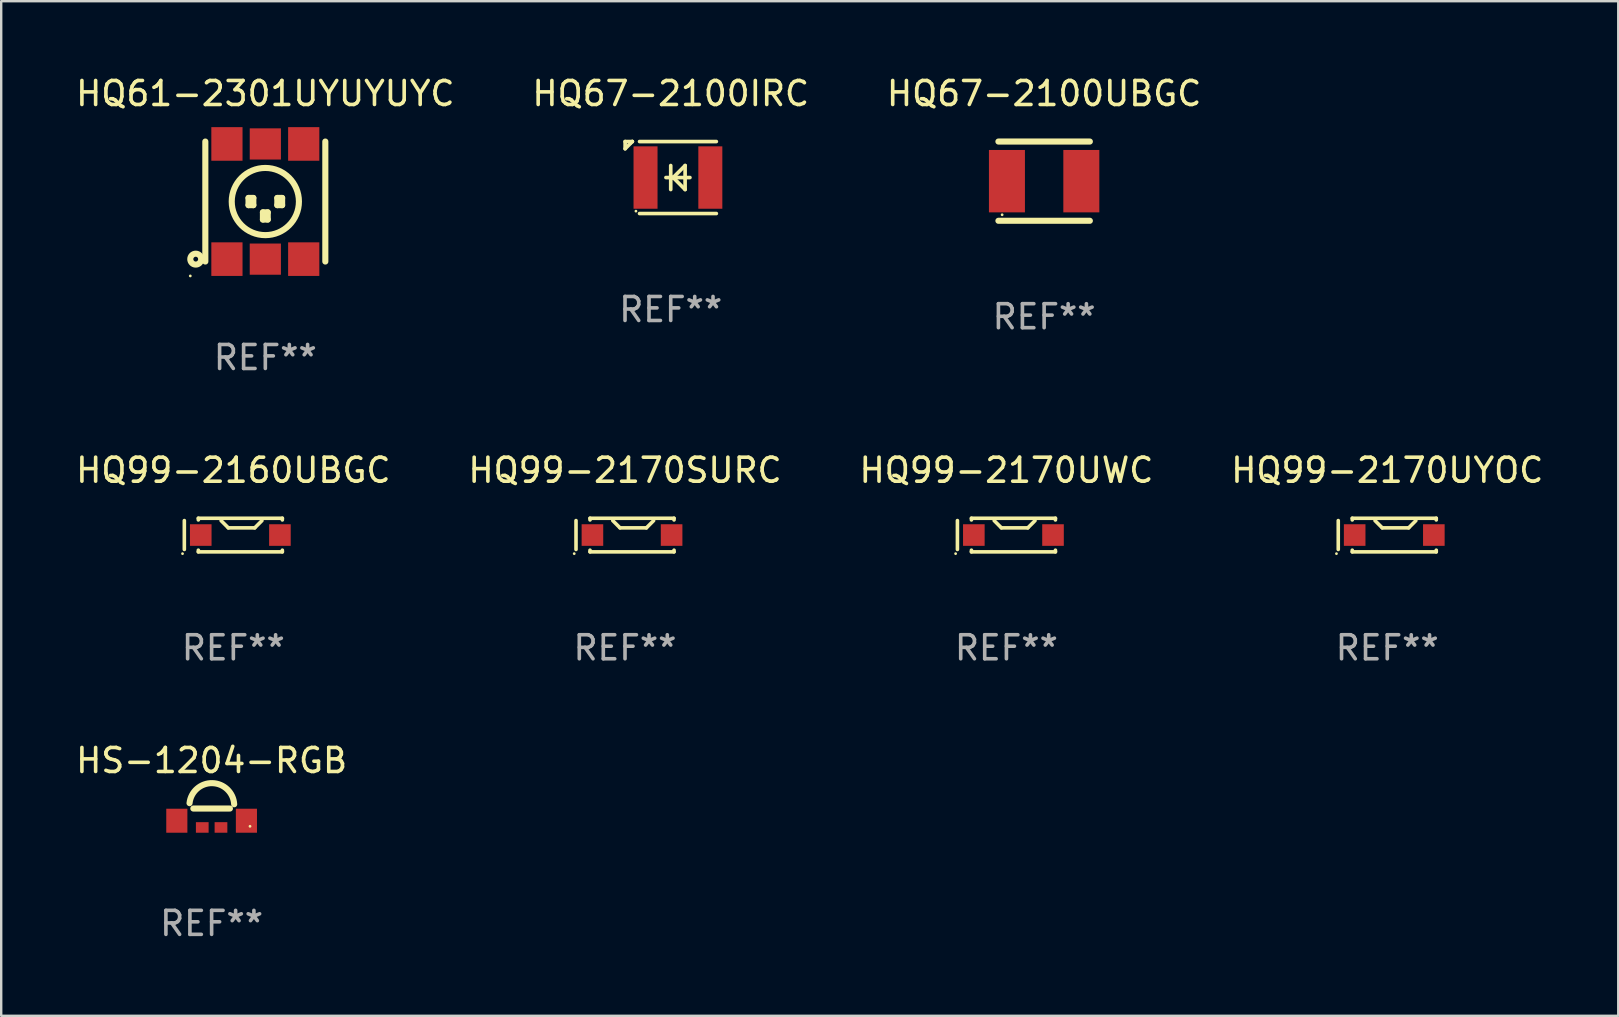
<source format=kicad_pcb>
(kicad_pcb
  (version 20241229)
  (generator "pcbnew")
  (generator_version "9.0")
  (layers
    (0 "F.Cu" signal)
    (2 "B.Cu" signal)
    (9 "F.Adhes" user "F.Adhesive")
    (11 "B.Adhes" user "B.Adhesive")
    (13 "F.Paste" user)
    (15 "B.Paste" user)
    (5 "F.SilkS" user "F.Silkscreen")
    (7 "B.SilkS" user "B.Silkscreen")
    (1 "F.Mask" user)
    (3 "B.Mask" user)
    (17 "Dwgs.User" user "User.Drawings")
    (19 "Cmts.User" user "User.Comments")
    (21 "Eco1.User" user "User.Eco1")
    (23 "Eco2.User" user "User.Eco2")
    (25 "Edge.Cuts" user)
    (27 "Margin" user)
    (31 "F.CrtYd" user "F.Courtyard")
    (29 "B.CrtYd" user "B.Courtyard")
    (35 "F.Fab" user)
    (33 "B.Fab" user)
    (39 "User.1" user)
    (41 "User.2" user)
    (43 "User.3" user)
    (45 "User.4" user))
  (footprint "HQ67-2100IRC"
    (layer "F.Cu")
    (at 24.899 4.348)
    (property "Reference" "HQ67-2100IRC" (at 0 -3.5 0) (layer "F.SilkS") (effects (font (size 1 1) (thickness 0.15))))
    (attr through_hole)
    (fp_line (start -1.9 -1.5) (end -1.9 -1.2) (stroke (width 0.152) (type solid)) (layer "F.SilkS"))
    (fp_line (start -1.689 -1.411) (end -1.9 -1.2) (stroke (width 0.152) (type solid)) (layer "F.SilkS"))
    (fp_line (start -1.6 -1.5) (end -1.661 -1.439) (stroke (width 0.152) (type solid)) (layer "F.SilkS"))
    (fp_line (start -1.6 -1.5) (end -1.9 -1.5) (stroke (width 0.152) (type solid)) (layer "F.SilkS"))
    (fp_line (start -1.6 -1.5) (end -1.6 -1.5) (stroke (width 0.152) (type solid)) (layer "F.SilkS"))
    (fp_line (start -1.3 -1.5) (end 1.9 -1.5) (stroke (width 0.152) (type solid)) (layer "F.SilkS"))
    (fp_line (start -1.3 1.5) (end 1.9 1.5) (stroke (width 0.152) (type solid)) (layer "F.SilkS"))
    (fp_line (start -0.2 0) (end 0.062 0) (stroke (width 0.152) (type solid)) (layer "F.SilkS"))
    (fp_line (start 0 -0.5) (end 0 0.5) (stroke (width 0.152) (type solid)) (layer "F.SilkS"))
    (fp_line (start 0.062 0) (end 0.1 0) (stroke (width 0.152) (type solid)) (layer "F.SilkS"))
    (fp_line (start 0.1 0) (end 0.6 -0.5) (stroke (width 0.152) (type solid)) (layer "F.SilkS"))
    (fp_line (start 0.101 0) (end 0.065 0) (stroke (width 0.152) (type solid)) (layer "F.SilkS"))
    (fp_line (start 0.599 -0.5) (end 0.599 0.5) (stroke (width 0.152) (type solid)) (layer "F.SilkS"))
    (fp_line (start 0.599 0) (end 0.1 0) (stroke (width 0.152) (type solid)) (layer "F.SilkS"))
    (fp_line (start 0.599 0.5) (end 0.101 0) (stroke (width 0.152) (type solid)) (layer "F.SilkS"))
    (fp_line (start 0.8 0) (end 0.599 0) (stroke (width 0.152) (type solid)) (layer "F.SilkS"))
    (fp_circle (center -1.45 1.4) (end -1.42 1.4) (stroke (width 0.06) (type solid)) (fill no) (layer "F.SilkS"))
    (fp_text user "REF**" (at 0 5.5 0) (layer "F.Fab") (effects (font (size 1 1) (thickness 0.15))))
    (pad "1" smd rect (at -1.05 0) (size 1 2.6) (layers "F.Cu" "F.Mask" "F.Paste"))
    (pad "2" smd rect (at 1.65 0) (size 1 2.6) (layers "F.Cu" "F.Mask" "F.Paste")))
  (footprint "HQ67-2100UBGC"
    (layer "F.Cu")
    (at 40.458 4.499)
    (property "Reference" "HQ67-2100UBGC" (at 0 -3.651 0) (layer "F.SilkS") (effects (font (size 1 1) (thickness 0.15))))
    (attr through_hole)
    (fp_line (start -1.905 -1.651) (end 1.905 -1.651) (stroke (width 0.254) (type solid)) (layer "F.SilkS"))
    (fp_line (start -1.905 1.651) (end 1.905 1.651) (stroke (width 0.254) (type solid)) (layer "F.SilkS"))
    (fp_circle (center -1.75 1.4) (end -1.72 1.4) (stroke (width 0.06) (type solid)) (fill no) (layer "F.SilkS"))
    (fp_text user "REF**" (at 0 5.651 0) (layer "F.Fab") (effects (font (size 1 1) (thickness 0.15))))
    (pad "1" smd rect (at -1.55 0) (size 1.5 2.6) (layers "F.Cu" "F.Mask" "F.Paste"))
    (pad "2" smd rect (at 1.55 0) (size 1.5 2.6) (layers "F.Cu" "F.Mask" "F.Paste")))
  (footprint "HQ99-2160UBGC"
    (layer "F.Cu")
    (at 6.673 19.245)
    (property "Reference" "HQ99-2160UBGC" (at 0 -2.7 0) (layer "F.SilkS") (effects (font (size 1 1) (thickness 0.15))))
    (attr through_hole)
    (fp_line (start -2.042 -0.603) (end -2.042 0.6) (stroke (width 0.15) (type solid)) (layer "F.SilkS"))
    (fp_line (start -1.458 -0.7) (end -1.458 -0.63) (stroke (width 0.15) (type solid)) (layer "F.SilkS"))
    (fp_line (start -1.458 0.63) (end -1.458 0.7) (stroke (width 0.15) (type solid)) (layer "F.SilkS"))
    (fp_line (start -0.209 -0.3) (end -0.509 -0.6) (stroke (width 0.15) (type solid)) (layer "F.SilkS"))
    (fp_line (start 0.891 -0.3) (end -0.209 -0.3) (stroke (width 0.15) (type solid)) (layer "F.SilkS"))
    (fp_line (start 1.191 -0.6) (end 0.891 -0.3) (stroke (width 0.15) (type solid)) (layer "F.SilkS"))
    (fp_line (start 2.042 -0.7) (end -1.458 -0.7) (stroke (width 0.15) (type solid)) (layer "F.SilkS"))
    (fp_line (start 2.042 -0.7) (end 2.042 -0.63) (stroke (width 0.15) (type solid)) (layer "F.SilkS"))
    (fp_line (start 2.042 0.63) (end 2.042 0.7) (stroke (width 0.15) (type solid)) (layer "F.SilkS"))
    (fp_line (start 2.042 0.7) (end -1.458 0.7) (stroke (width 0.15) (type solid)) (layer "F.SilkS"))
    (fp_circle (center -2.117 0.775) (end -2.087 0.775) (stroke (width 0.06) (type solid)) (fill no) (layer "F.SilkS"))
    (fp_text user "REF**" (at 0 4.7 0) (layer "F.Fab") (effects (font (size 1 1) (thickness 0.15))))
    (pad "1" smd rect (at -1.358 0) (size 0.9 0.9) (layers "F.Cu" "F.Mask" "F.Paste"))
    (pad "2" smd rect (at 1.941 0) (size 0.9 0.9) (layers "F.Cu" "F.Mask" "F.Paste")))
  (footprint "HQ61-2301UYUYUYC"
    (layer "F.Cu")
    (at 8.006 5.348)
    (property "Reference" "HQ61-2301UYUYUYC" (at 0 -4.5 0) (layer "F.SilkS") (effects (font (size 1 1) (thickness 0.15))))
    (attr through_hole)
    (fp_line (start -2.5 -2.5) (end -2.5 2.5) (stroke (width 0.254) (type solid)) (layer "F.SilkS"))
    (fp_line (start -0.7 -0.15) (end -0.7 0.15) (stroke (width 0.254) (type solid)) (layer "F.SilkS"))
    (fp_line (start -0.7 0.15) (end -0.5 0.15) (stroke (width 0.254) (type solid)) (layer "F.SilkS"))
    (fp_line (start -0.5 -0.15) (end -0.7 -0.15) (stroke (width 0.254) (type solid)) (layer "F.SilkS"))
    (fp_line (start -0.5 0.15) (end -0.5 -0.15) (stroke (width 0.254) (type solid)) (layer "F.SilkS"))
    (fp_line (start -0.1 0.45) (end -0.1 0.75) (stroke (width 0.254) (type solid)) (layer "F.SilkS"))
    (fp_line (start -0.1 0.75) (end 0.1 0.75) (stroke (width 0.254) (type solid)) (layer "F.SilkS"))
    (fp_line (start 0.1 0.45) (end -0.1 0.45) (stroke (width 0.254) (type solid)) (layer "F.SilkS"))
    (fp_line (start 0.1 0.75) (end 0.1 0.45) (stroke (width 0.254) (type solid)) (layer "F.SilkS"))
    (fp_line (start 0.5 -0.15) (end 0.5 0.15) (stroke (width 0.254) (type solid)) (layer "F.SilkS"))
    (fp_line (start 0.5 0.15) (end 0.7 0.15) (stroke (width 0.254) (type solid)) (layer "F.SilkS"))
    (fp_line (start 0.7 -0.15) (end 0.5 -0.15) (stroke (width 0.254) (type solid)) (layer "F.SilkS"))
    (fp_line (start 0.7 0.15) (end 0.7 -0.15) (stroke (width 0.254) (type solid)) (layer "F.SilkS"))
    (fp_line (start 2.5 -2.5) (end 2.5 2.5) (stroke (width 0.254) (type solid)) (layer "F.SilkS"))
    (fp_circle (center -3.127 3.1) (end -3.097 3.1) (stroke (width 0.06) (type solid)) (fill no) (layer "F.SilkS"))
    (fp_circle (center -2.9 2.4) (end -2.8 2.4) (stroke (width 0.254) (type solid)) (fill no) (layer "F.SilkS"))
    (fp_circle (center 0.000013 0) (end 1.4 0) (stroke (width 0.254) (type solid)) (fill no) (layer "F.SilkS"))
    (fp_text user "REF**" (at 0 6.5 0) (layer "F.Fab") (effects (font (size 1 1) (thickness 0.15))))
    (pad "1" smd rect (at -1.6 2.4 90) (size 1.4 1.3) (layers "F.Cu" "F.Mask" "F.Paste"))
    (pad "2" smd rect (at -1.6 -2.4 90) (size 1.4 1.3) (layers "F.Cu" "F.Mask" "F.Paste"))
    (pad "3" smd rect (at 0.000013 2.4 90) (size 1.3 1.3) (layers "F.Cu" "F.Mask" "F.Paste"))
    (pad "4" smd rect (at 0.000013 -2.4 90) (size 1.3 1.3) (layers "F.Cu" "F.Mask" "F.Paste"))
    (pad "5" smd rect (at 1.6 2.4 90) (size 1.4 1.3) (layers "F.Cu" "F.Mask" "F.Paste"))
    (pad "6" smd rect (at 1.6 -2.4 90) (size 1.4 1.3) (layers "F.Cu" "F.Mask" "F.Paste")))
  (footprint "HQ99-2170SURC"
    (layer "F.Cu")
    (at 22.994 19.245)
    (property "Reference" "HQ99-2170SURC" (at 0 -2.7 0) (layer "F.SilkS") (effects (font (size 1 1) (thickness 0.15))))
    (attr through_hole)
    (fp_line (start -2.042 -0.603) (end -2.042 0.6) (stroke (width 0.15) (type solid)) (layer "F.SilkS"))
    (fp_line (start -1.458 -0.7) (end -1.458 -0.63) (stroke (width 0.15) (type solid)) (layer "F.SilkS"))
    (fp_line (start -1.458 0.63) (end -1.458 0.7) (stroke (width 0.15) (type solid)) (layer "F.SilkS"))
    (fp_line (start -0.209 -0.3) (end -0.509 -0.6) (stroke (width 0.15) (type solid)) (layer "F.SilkS"))
    (fp_line (start 0.891 -0.3) (end -0.209 -0.3) (stroke (width 0.15) (type solid)) (layer "F.SilkS"))
    (fp_line (start 1.191 -0.6) (end 0.891 -0.3) (stroke (width 0.15) (type solid)) (layer "F.SilkS"))
    (fp_line (start 2.042 -0.7) (end -1.458 -0.7) (stroke (width 0.15) (type solid)) (layer "F.SilkS"))
    (fp_line (start 2.042 -0.7) (end 2.042 -0.63) (stroke (width 0.15) (type solid)) (layer "F.SilkS"))
    (fp_line (start 2.042 0.63) (end 2.042 0.7) (stroke (width 0.15) (type solid)) (layer "F.SilkS"))
    (fp_line (start 2.042 0.7) (end -1.458 0.7) (stroke (width 0.15) (type solid)) (layer "F.SilkS"))
    (fp_circle (center -2.117 0.775) (end -2.087 0.775) (stroke (width 0.06) (type solid)) (fill no) (layer "F.SilkS"))
    (fp_text user "REF**" (at 0 4.7 0) (layer "F.Fab") (effects (font (size 1 1) (thickness 0.15))))
    (pad "1" smd rect (at -1.358 0) (size 0.9 0.9) (layers "F.Cu" "F.Mask" "F.Paste"))
    (pad "2" smd rect (at 1.941 0) (size 0.9 0.9) (layers "F.Cu" "F.Mask" "F.Paste")))
  (footprint "HQ99-2170UYOC"
    (layer "F.Cu")
    (at 54.756 19.245)
    (property "Reference" "HQ99-2170UYOC" (at 0 -2.7 0) (layer "F.SilkS") (effects (font (size 1 1) (thickness 0.15))))
    (attr through_hole)
    (fp_line (start -2.042 -0.603) (end -2.042 0.6) (stroke (width 0.15) (type solid)) (layer "F.SilkS"))
    (fp_line (start -1.458 -0.7) (end -1.458 -0.63) (stroke (width 0.15) (type solid)) (layer "F.SilkS"))
    (fp_line (start -1.458 0.63) (end -1.458 0.7) (stroke (width 0.15) (type solid)) (layer "F.SilkS"))
    (fp_line (start -0.209 -0.3) (end -0.509 -0.6) (stroke (width 0.15) (type solid)) (layer "F.SilkS"))
    (fp_line (start 0.891 -0.3) (end -0.209 -0.3) (stroke (width 0.15) (type solid)) (layer "F.SilkS"))
    (fp_line (start 1.191 -0.6) (end 0.891 -0.3) (stroke (width 0.15) (type solid)) (layer "F.SilkS"))
    (fp_line (start 2.042 -0.7) (end -1.458 -0.7) (stroke (width 0.15) (type solid)) (layer "F.SilkS"))
    (fp_line (start 2.042 -0.7) (end 2.042 -0.63) (stroke (width 0.15) (type solid)) (layer "F.SilkS"))
    (fp_line (start 2.042 0.63) (end 2.042 0.7) (stroke (width 0.15) (type solid)) (layer "F.SilkS"))
    (fp_line (start 2.042 0.7) (end -1.458 0.7) (stroke (width 0.15) (type solid)) (layer "F.SilkS"))
    (fp_circle (center -2.117 0.775) (end -2.087 0.775) (stroke (width 0.06) (type solid)) (fill no) (layer "F.SilkS"))
    (fp_text user "REF**" (at 0 4.7 0) (layer "F.Fab") (effects (font (size 1 1) (thickness 0.15))))
    (pad "1" smd rect (at -1.358 0) (size 0.9 0.9) (layers "F.Cu" "F.Mask" "F.Paste"))
    (pad "2" smd rect (at 1.941 0) (size 0.9 0.9) (layers "F.Cu" "F.Mask" "F.Paste")))
  (footprint "HS-1204-RGB"
    (layer "F.Cu")
    (at 5.768 31.035)
    (property "Reference" "HS-1204-RGB" (at 0 -2.394 0) (layer "F.SilkS") (effects (font (size 1 1) (thickness 0.15))))
    (attr through_hole)
    (fp_line (start -0.762 -0.394) (end 0.762 -0.394) (stroke (width 0.254) (type solid)) (layer "F.SilkS"))
    (fp_arc (start -0.920143 -0.618823) (mid 0.031531 -1.452738) (end 0.940005 -0.571958) (stroke (width 0.254001) (type solid)) (layer "F.SilkS"))
    (fp_circle (center 1.6 0.346) (end 1.63 0.346) (stroke (width 0.06) (type solid)) (fill no) (layer "F.SilkS"))
    (fp_text user "REF**" (at 0 4.394 0) (layer "F.Fab") (effects (font (size 1 1) (thickness 0.15))))
    (pad "1" smd rect (at 0.39 0.394) (size 0.53 0.44) (layers "F.Cu" "F.Mask" "F.Paste"))
    (pad "2" smd rect (at -0.39 0.394) (size 0.53 0.44) (layers "F.Cu" "F.Mask" "F.Paste"))
    (pad "3" smd rect (at 1.45 0.114 180) (size 0.88 1) (layers "F.Cu" "F.Mask" "F.Paste"))
    (pad "4" smd rect (at -1.45 0.114 180) (size 0.88 1) (layers "F.Cu" "F.Mask" "F.Paste")))
  (footprint "HQ99-2170UWC"
    (layer "F.Cu")
    (at 38.887 19.245)
    (property "Reference" "HQ99-2170UWC" (at 0 -2.7 0) (layer "F.SilkS") (effects (font (size 1 1) (thickness 0.15))))
    (attr through_hole)
    (fp_line (start -2.042 -0.603) (end -2.042 0.6) (stroke (width 0.15) (type solid)) (layer "F.SilkS"))
    (fp_line (start -1.458 -0.7) (end -1.458 -0.63) (stroke (width 0.15) (type solid)) (layer "F.SilkS"))
    (fp_line (start -1.458 0.63) (end -1.458 0.7) (stroke (width 0.15) (type solid)) (layer "F.SilkS"))
    (fp_line (start -0.209 -0.3) (end -0.509 -0.6) (stroke (width 0.15) (type solid)) (layer "F.SilkS"))
    (fp_line (start 0.891 -0.3) (end -0.209 -0.3) (stroke (width 0.15) (type solid)) (layer "F.SilkS"))
    (fp_line (start 1.191 -0.6) (end 0.891 -0.3) (stroke (width 0.15) (type solid)) (layer "F.SilkS"))
    (fp_line (start 2.042 -0.7) (end -1.458 -0.7) (stroke (width 0.15) (type solid)) (layer "F.SilkS"))
    (fp_line (start 2.042 -0.7) (end 2.042 -0.63) (stroke (width 0.15) (type solid)) (layer "F.SilkS"))
    (fp_line (start 2.042 0.63) (end 2.042 0.7) (stroke (width 0.15) (type solid)) (layer "F.SilkS"))
    (fp_line (start 2.042 0.7) (end -1.458 0.7) (stroke (width 0.15) (type solid)) (layer "F.SilkS"))
    (fp_circle (center -2.117 0.775) (end -2.087 0.775) (stroke (width 0.06) (type solid)) (fill no) (layer "F.SilkS"))
    (fp_text user "REF**" (at 0 4.7 0) (layer "F.Fab") (effects (font (size 1 1) (thickness 0.15))))
    (pad "1" smd rect (at -1.358 0) (size 0.9 0.9) (layers "F.Cu" "F.Mask" "F.Paste"))
    (pad "2" smd rect (at 1.941 0) (size 0.9 0.9) (layers "F.Cu" "F.Mask" "F.Paste")))
  (gr_rect
    (start -3 -3)
    (end 64.381 39.277)
    (stroke (width 0.1) (type default))
    (fill no)
    (layer "Edge.Cuts")))
</source>
